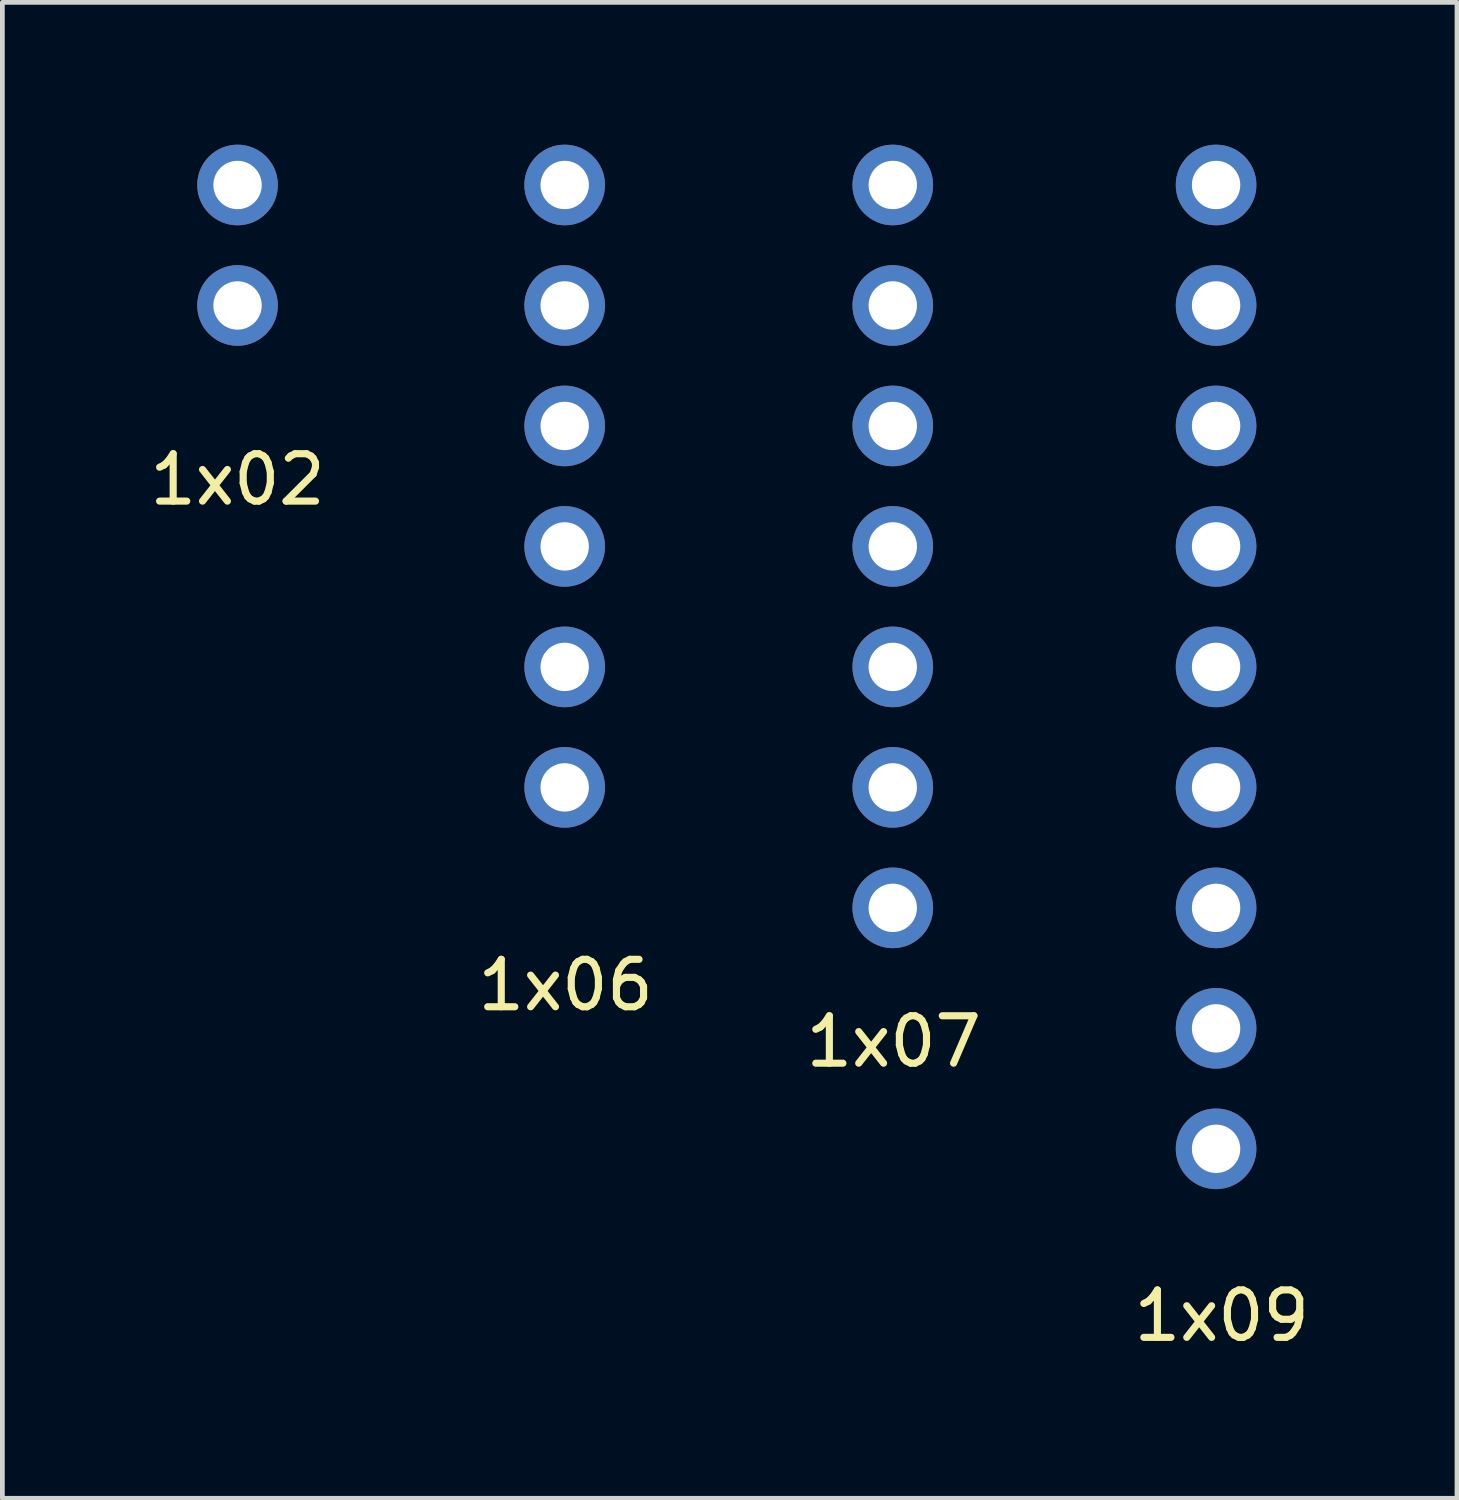
<source format=kicad_pcb>
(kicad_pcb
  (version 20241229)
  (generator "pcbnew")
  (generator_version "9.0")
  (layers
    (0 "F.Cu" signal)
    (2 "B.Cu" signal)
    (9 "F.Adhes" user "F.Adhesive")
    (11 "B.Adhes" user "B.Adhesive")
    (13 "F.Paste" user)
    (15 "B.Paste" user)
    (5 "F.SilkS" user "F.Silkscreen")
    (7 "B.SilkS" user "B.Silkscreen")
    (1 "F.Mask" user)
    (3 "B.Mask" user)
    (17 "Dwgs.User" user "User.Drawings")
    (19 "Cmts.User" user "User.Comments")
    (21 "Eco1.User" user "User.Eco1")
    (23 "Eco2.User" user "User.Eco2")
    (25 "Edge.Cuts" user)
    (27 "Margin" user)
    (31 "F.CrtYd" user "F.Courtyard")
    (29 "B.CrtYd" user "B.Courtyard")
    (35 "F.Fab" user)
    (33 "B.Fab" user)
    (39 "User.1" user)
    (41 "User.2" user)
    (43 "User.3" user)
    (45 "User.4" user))
  (footprint "1x06"
    (layer "F.Cu")
    (at 8.875 17.22)
    (property "Reference" "1x06" (at 0 0.5 0) (layer "F.SilkS") (effects (font (size 1 1) (thickness 0.15))))
    (attr through_hole)
    (pad "1" thru_hole circle (at -0.02 -3.67) (size 1.7 1.7) (drill 1.02) (layers "*.Cu" "*.Mask"))
    (pad "2" thru_hole circle (at -0.02 -6.21) (size 1.7 1.7) (drill 1.02) (layers "*.Cu" "*.Mask"))
    (pad "3" thru_hole circle (at -0.02 -8.75) (size 1.7 1.7) (drill 1.02) (layers "*.Cu" "*.Mask"))
    (pad "4" thru_hole circle (at -0.02 -11.29) (size 1.7 1.7) (drill 1.02) (layers "*.Cu" "*.Mask"))
    (pad "5" thru_hole circle (at -0.02 -13.83) (size 1.7 1.7) (drill 1.02) (layers "*.Cu" "*.Mask"))
    (pad "6" thru_hole circle (at -0.02 -16.37) (size 1.7 1.7) (drill 1.02) (layers "*.Cu" "*.Mask")))
  (footprint "1x09"
    (layer "F.Cu")
    (at 22.588 21.17)
    (property "Reference" "1x09" (at 0.12 3.52 0) (layer "F.SilkS") (effects (font (size 1 1) (thickness 0.15))))
    (attr through_hole)
    (pad "1" thru_hole circle (at 0 0) (size 1.7 1.7) (drill 1.02) (layers "*.Cu" "*.Mask"))
    (pad "2" thru_hole circle (at 0 -2.54) (size 1.7 1.7) (drill 1.02) (layers "*.Cu" "*.Mask"))
    (pad "3" thru_hole circle (at 0 -5.08) (size 1.7 1.7) (drill 1.02) (layers "*.Cu" "*.Mask"))
    (pad "4" thru_hole circle (at 0 -7.62) (size 1.7 1.7) (drill 1.02) (layers "*.Cu" "*.Mask"))
    (pad "5" thru_hole circle (at 0 -10.16) (size 1.7 1.7) (drill 1.02) (layers "*.Cu" "*.Mask"))
    (pad "6" thru_hole circle (at 0 -12.7) (size 1.7 1.7) (drill 1.02) (layers "*.Cu" "*.Mask"))
    (pad "7" thru_hole circle (at 0 -15.24) (size 1.7 1.7) (drill 1.02) (layers "*.Cu" "*.Mask"))
    (pad "8" thru_hole circle (at 0 -17.78) (size 1.7 1.7) (drill 1.02) (layers "*.Cu" "*.Mask"))
    (pad "9" thru_hole circle (at 0 -20.32) (size 1.7 1.7) (drill 1.02) (layers "*.Cu" "*.Mask")))
  (footprint "1x07"
    (layer "F.Cu")
    (at 15.792 18.41)
    (property "Reference" "1x07" (at 0 0.5 0) (layer "F.SilkS") (effects (font (size 1 1) (thickness 0.15))))
    (attr through_hole)
    (pad "1" thru_hole circle (at -0.02 -2.32) (size 1.7 1.7) (drill 1.02) (layers "*.Cu" "*.Mask"))
    (pad "2" thru_hole circle (at -0.02 -4.86) (size 1.7 1.7) (drill 1.02) (layers "*.Cu" "*.Mask"))
    (pad "3" thru_hole circle (at -0.02 -7.4) (size 1.7 1.7) (drill 1.02) (layers "*.Cu" "*.Mask"))
    (pad "4" thru_hole circle (at -0.02 -9.94) (size 1.7 1.7) (drill 1.02) (layers "*.Cu" "*.Mask"))
    (pad "5" thru_hole circle (at -0.02 -12.48) (size 1.7 1.7) (drill 1.02) (layers "*.Cu" "*.Mask"))
    (pad "6" thru_hole circle (at -0.02 -15.02) (size 1.7 1.7) (drill 1.02) (layers "*.Cu" "*.Mask"))
    (pad "7" thru_hole circle (at -0.02 -17.56) (size 1.7 1.7) (drill 1.02) (layers "*.Cu" "*.Mask")))
  (footprint "1x02"
    (layer "F.Cu")
    (at 1.958 6.56)
    (property "Reference" "1x02" (at 0 0.5 0) (layer "F.SilkS") (effects (font (size 1 1) (thickness 0.15))))
    (attr through_hole)
    (pad "1" thru_hole circle (at 0 -3.17) (size 1.7 1.7) (drill 1.02) (layers "*.Cu" "*.Mask"))
    (pad "2" thru_hole circle (at 0 -5.71) (size 1.7 1.7) (drill 1.02) (layers "*.Cu" "*.Mask")))
  (gr_rect
    (start -3 -3)
    (end 27.667 28.538)
    (stroke (width 0.1) (type default))
    (fill no)
    (layer "Edge.Cuts")))
</source>
